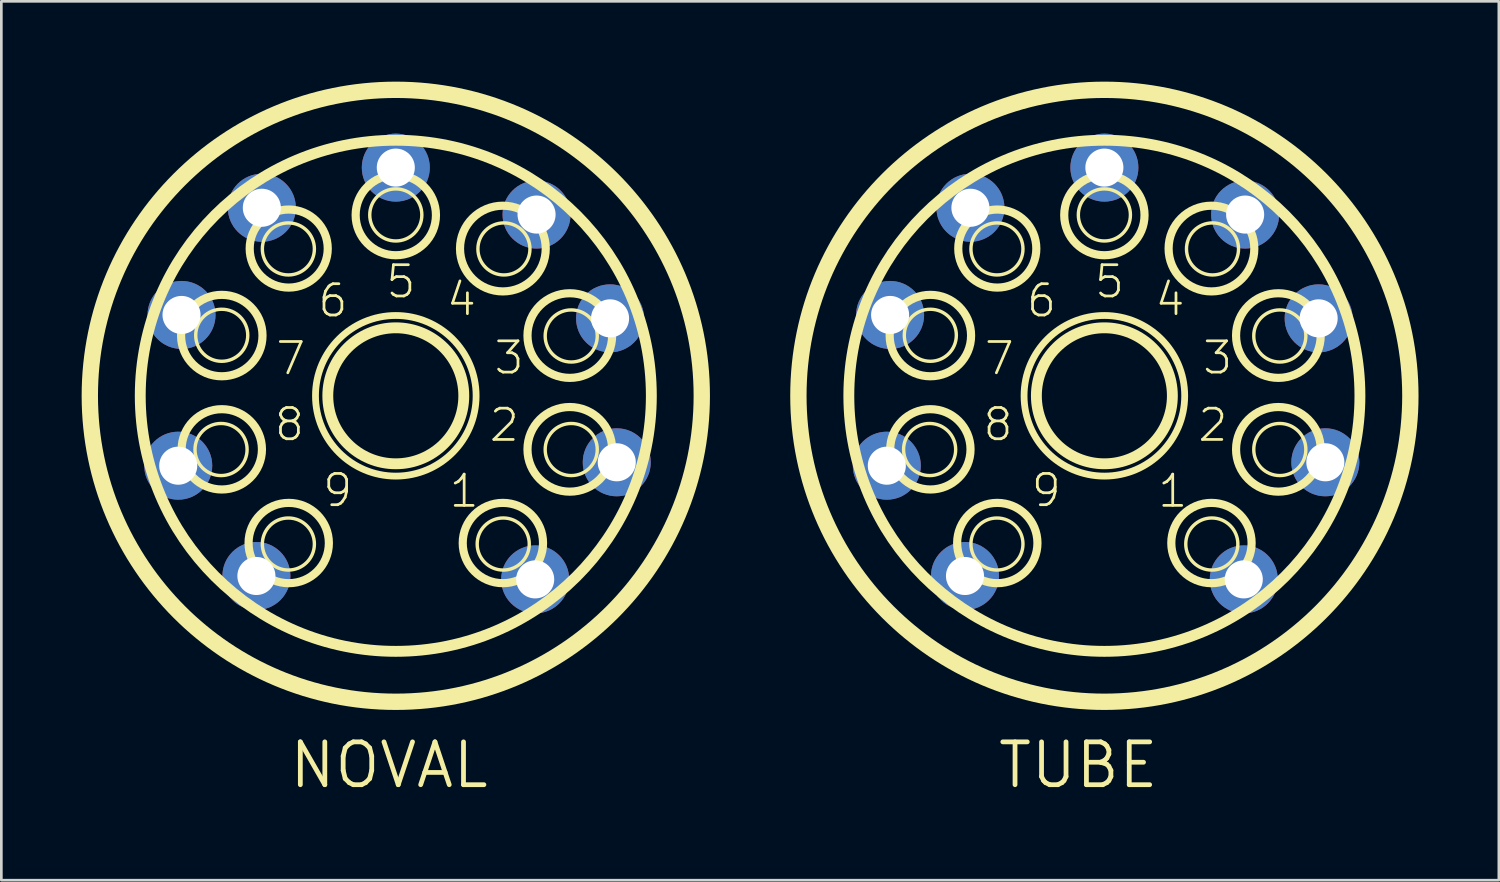
<source format=kicad_pcb>
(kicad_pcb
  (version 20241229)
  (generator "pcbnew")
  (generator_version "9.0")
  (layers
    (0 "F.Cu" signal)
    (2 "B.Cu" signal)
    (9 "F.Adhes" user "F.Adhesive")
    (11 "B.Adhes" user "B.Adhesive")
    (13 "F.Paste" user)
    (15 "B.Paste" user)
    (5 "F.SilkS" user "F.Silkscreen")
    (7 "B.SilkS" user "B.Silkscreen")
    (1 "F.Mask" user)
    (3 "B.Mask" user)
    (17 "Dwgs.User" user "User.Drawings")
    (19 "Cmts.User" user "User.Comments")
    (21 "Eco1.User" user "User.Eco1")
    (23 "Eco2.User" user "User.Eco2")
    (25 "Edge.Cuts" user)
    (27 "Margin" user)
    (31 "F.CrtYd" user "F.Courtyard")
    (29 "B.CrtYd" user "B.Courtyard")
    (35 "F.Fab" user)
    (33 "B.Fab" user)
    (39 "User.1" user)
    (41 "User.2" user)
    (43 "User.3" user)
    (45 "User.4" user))
  (footprint "TUBE"
    (layer "F.Cu")
    (at 38.204 11.735)
    (property "Reference" "TUBE" (at -4.064 14.732 0) (layer "F.SilkS") (effects (font (size 1.6 1.6) (thickness 0.178)) (justify left bottom)))
    (fp_circle (center -6.528 2.007) (end -5.555 2.007) (stroke (width 0.127) (type solid)) (fill no) (layer "F.SilkS"))
    (fp_circle (center -6.502 -2.261) (end -5.53 -2.261) (stroke (width 0.127) (type solid)) (fill no) (layer "F.SilkS"))
    (fp_circle (center -6.5 -2.25) (end -4.979 -2.25) (stroke (width 0.305) (type solid)) (fill no) (layer "F.SilkS"))
    (fp_circle (center -6.5 2) (end -5 2) (stroke (width 0.305) (type solid)) (fill no) (layer "F.SilkS"))
    (fp_circle (center -4.013 -5.486) (end -3.041 -5.486) (stroke (width 0.127) (type solid)) (fill no) (layer "F.SilkS"))
    (fp_circle (center -4.013 5.537) (end -3.041 5.537) (stroke (width 0.127) (type solid)) (fill no) (layer "F.SilkS"))
    (fp_circle (center -4 -5.5) (end -2.542 -5.5) (stroke (width 0.305) (type solid)) (fill no) (layer "F.SilkS"))
    (fp_circle (center -4 5.5) (end -2.5 5.5) (stroke (width 0.305) (type solid)) (fill no) (layer "F.SilkS"))
    (fp_circle (center 0 -6.756) (end 0.973 -6.756) (stroke (width 0.127) (type solid)) (fill no) (layer "F.SilkS"))
    (fp_circle (center 0 -6.75) (end 1.5 -6.75) (stroke (width 0.305) (type solid)) (fill no) (layer "F.SilkS"))
    (fp_circle (center 0 0) (end 2.54 0) (stroke (width 0.406) (type solid)) (fill no) (layer "F.SilkS"))
    (fp_circle (center 0 0) (end 3 0) (stroke (width 0.254) (type solid)) (fill no) (layer "F.SilkS"))
    (fp_circle (center 0 0) (end 9.546 0) (stroke (width 0.406) (type solid)) (fill no) (layer "F.SilkS"))
    (fp_circle (center 0 0) (end 11.43 0) (stroke (width 0.61) (type solid)) (fill no) (layer "F.SilkS"))
    (fp_circle (center 4 -5.5) (end 5.601 -5.5) (stroke (width 0.305) (type solid)) (fill no) (layer "F.SilkS"))
    (fp_circle (center 4 5.5) (end 5.5 5.5) (stroke (width 0.305) (type solid)) (fill no) (layer "F.SilkS"))
    (fp_circle (center 4.013 5.537) (end 4.986 5.537) (stroke (width 0.127) (type solid)) (fill no) (layer "F.SilkS"))
    (fp_circle (center 4.039 -5.486) (end 5.011 -5.486) (stroke (width 0.127) (type solid)) (fill no) (layer "F.SilkS"))
    (fp_circle (center 6.5 -2.25) (end 8.081 -2.25) (stroke (width 0.305) (type solid)) (fill no) (layer "F.SilkS"))
    (fp_circle (center 6.5 2) (end 8.081 2) (stroke (width 0.305) (type solid)) (fill no) (layer "F.SilkS"))
    (fp_circle (center 6.553 -2.235) (end 7.526 -2.235) (stroke (width 0.127) (type solid)) (fill no) (layer "F.SilkS"))
    (fp_circle (center 6.553 2.007) (end 7.526 2.007) (stroke (width 0.127) (type solid)) (fill no) (layer "F.SilkS"))
    (fp_text user "7" (at -4.547 -0.711 0) (layer "F.SilkS") (effects (font (size 1.168 1.168) (thickness 0.102)) (justify left bottom)))
    (fp_text user "1" (at 1.93 4.242 0) (layer "F.SilkS") (effects (font (size 1.168 1.168) (thickness 0.102)) (justify left bottom)))
    (fp_text user "8" (at -4.597 1.753 0) (layer "F.SilkS") (effects (font (size 1.168 1.168) (thickness 0.102)) (justify left bottom)))
    (fp_text user "9" (at -2.794 4.216 0) (layer "F.SilkS") (effects (font (size 1.168 1.168) (thickness 0.102)) (justify left bottom)))
    (fp_text user "5" (at -0.432 -3.581 0) (layer "F.SilkS") (effects (font (size 1.168 1.168) (thickness 0.102)) (justify left bottom)))
    (fp_text user "2" (at 3.429 1.778 0) (layer "F.SilkS") (effects (font (size 1.168 1.168) (thickness 0.102)) (justify left bottom)))
    (fp_text user "3" (at 3.607 -0.737 0) (layer "F.SilkS") (effects (font (size 1.168 1.168) (thickness 0.102)) (justify left bottom)))
    (fp_text user "6" (at -2.972 -2.87 0) (layer "F.SilkS") (effects (font (size 1.168 1.168) (thickness 0.102)) (justify left bottom)))
    (fp_text user "4" (at 1.829 -2.921 0) (layer "F.SilkS") (effects (font (size 1.168 1.168) (thickness 0.102)) (justify left bottom)))
    (pad "1" thru_hole circle (at 5.207 6.858) (size 2.54 2.54) (drill 1.422) (layers "*.Cu" "*.Mask"))
    (pad "2" thru_hole circle (at 8.254 2.484) (size 2.54 2.54) (drill 1.422) (layers "*.Cu" "*.Mask"))
    (pad "3" thru_hole circle (at 8.004 -2.893) (size 2.54 2.54) (drill 1.422) (layers "*.Cu" "*.Mask"))
    (pad "4" thru_hole circle (at 5.258 -6.77) (size 2.54 2.54) (drill 1.422) (layers "*.Cu" "*.Mask"))
    (pad "5" thru_hole circle (at 0 -8.524) (size 2.54 2.54) (drill 1.422) (layers "*.Cu" "*.Mask"))
    (pad "6" thru_hole circle (at -5.004 -7.024) (size 2.54 2.54) (drill 1.422) (layers "*.Cu" "*.Mask"))
    (pad "7" thru_hole circle (at -8.004 -3.02) (size 2.54 2.54) (drill 1.422) (layers "*.Cu" "*.Mask"))
    (pad "8" thru_hole circle (at -8.127 2.611) (size 2.54 2.54) (drill 1.422) (layers "*.Cu" "*.Mask"))
    (pad "9" thru_hole circle (at -5.207 6.731) (size 2.54 2.54) (drill 1.422) (layers "*.Cu" "*.Mask")))
  (footprint "NOVAL"
    (layer "F.Cu")
    (at 11.735 11.735)
    (property "Reference" "NOVAL" (at -4.064 14.732 0) (layer "F.SilkS") (effects (font (size 1.6 1.6) (thickness 0.178)) (justify left bottom)))
    (fp_circle (center -6.528 2.007) (end -5.555 2.007) (stroke (width 0.127) (type solid)) (fill no) (layer "F.SilkS"))
    (fp_circle (center -6.502 -2.261) (end -5.53 -2.261) (stroke (width 0.127) (type solid)) (fill no) (layer "F.SilkS"))
    (fp_circle (center -6.5 -2.25) (end -4.979 -2.25) (stroke (width 0.305) (type solid)) (fill no) (layer "F.SilkS"))
    (fp_circle (center -6.5 2) (end -5 2) (stroke (width 0.305) (type solid)) (fill no) (layer "F.SilkS"))
    (fp_circle (center -4.013 -5.486) (end -3.041 -5.486) (stroke (width 0.127) (type solid)) (fill no) (layer "F.SilkS"))
    (fp_circle (center -4.013 5.537) (end -3.041 5.537) (stroke (width 0.127) (type solid)) (fill no) (layer "F.SilkS"))
    (fp_circle (center -4 -5.5) (end -2.542 -5.5) (stroke (width 0.305) (type solid)) (fill no) (layer "F.SilkS"))
    (fp_circle (center -4 5.5) (end -2.5 5.5) (stroke (width 0.305) (type solid)) (fill no) (layer "F.SilkS"))
    (fp_circle (center 0 -6.756) (end 0.973 -6.756) (stroke (width 0.127) (type solid)) (fill no) (layer "F.SilkS"))
    (fp_circle (center 0 -6.75) (end 1.5 -6.75) (stroke (width 0.305) (type solid)) (fill no) (layer "F.SilkS"))
    (fp_circle (center 0 0) (end 2.54 0) (stroke (width 0.406) (type solid)) (fill no) (layer "F.SilkS"))
    (fp_circle (center 0 0) (end 3 0) (stroke (width 0.254) (type solid)) (fill no) (layer "F.SilkS"))
    (fp_circle (center 0 0) (end 9.546 0) (stroke (width 0.406) (type solid)) (fill no) (layer "F.SilkS"))
    (fp_circle (center 0 0) (end 11.43 0) (stroke (width 0.61) (type solid)) (fill no) (layer "F.SilkS"))
    (fp_circle (center 4 -5.5) (end 5.601 -5.5) (stroke (width 0.305) (type solid)) (fill no) (layer "F.SilkS"))
    (fp_circle (center 4 5.5) (end 5.5 5.5) (stroke (width 0.305) (type solid)) (fill no) (layer "F.SilkS"))
    (fp_circle (center 4.013 5.537) (end 4.986 5.537) (stroke (width 0.127) (type solid)) (fill no) (layer "F.SilkS"))
    (fp_circle (center 4.039 -5.486) (end 5.011 -5.486) (stroke (width 0.127) (type solid)) (fill no) (layer "F.SilkS"))
    (fp_circle (center 6.5 -2.25) (end 8.081 -2.25) (stroke (width 0.305) (type solid)) (fill no) (layer "F.SilkS"))
    (fp_circle (center 6.5 2) (end 8.081 2) (stroke (width 0.305) (type solid)) (fill no) (layer "F.SilkS"))
    (fp_circle (center 6.553 -2.235) (end 7.526 -2.235) (stroke (width 0.127) (type solid)) (fill no) (layer "F.SilkS"))
    (fp_circle (center 6.553 2.007) (end 7.526 2.007) (stroke (width 0.127) (type solid)) (fill no) (layer "F.SilkS"))
    (fp_text user "7" (at -4.547 -0.711 0) (layer "F.SilkS") (effects (font (size 1.168 1.168) (thickness 0.102)) (justify left bottom)))
    (fp_text user "1" (at 1.93 4.242 0) (layer "F.SilkS") (effects (font (size 1.168 1.168) (thickness 0.102)) (justify left bottom)))
    (fp_text user "4" (at 1.829 -2.921 0) (layer "F.SilkS") (effects (font (size 1.168 1.168) (thickness 0.102)) (justify left bottom)))
    (fp_text user "8" (at -4.597 1.753 0) (layer "F.SilkS") (effects (font (size 1.168 1.168) (thickness 0.102)) (justify left bottom)))
    (fp_text user "3" (at 3.607 -0.737 0) (layer "F.SilkS") (effects (font (size 1.168 1.168) (thickness 0.102)) (justify left bottom)))
    (fp_text user "9" (at -2.794 4.216 0) (layer "F.SilkS") (effects (font (size 1.168 1.168) (thickness 0.102)) (justify left bottom)))
    (fp_text user "6" (at -2.972 -2.87 0) (layer "F.SilkS") (effects (font (size 1.168 1.168) (thickness 0.102)) (justify left bottom)))
    (fp_text user "2" (at 3.429 1.778 0) (layer "F.SilkS") (effects (font (size 1.168 1.168) (thickness 0.102)) (justify left bottom)))
    (fp_text user "5" (at -0.432 -3.581 0) (layer "F.SilkS") (effects (font (size 1.168 1.168) (thickness 0.102)) (justify left bottom)))
    (pad "1" thru_hole circle (at 5.207 6.858) (size 2.54 2.54) (drill 1.422) (layers "*.Cu" "*.Mask"))
    (pad "2" thru_hole circle (at 8.254 2.484) (size 2.54 2.54) (drill 1.422) (layers "*.Cu" "*.Mask"))
    (pad "3" thru_hole circle (at 8.004 -2.893) (size 2.54 2.54) (drill 1.422) (layers "*.Cu" "*.Mask"))
    (pad "4" thru_hole circle (at 5.258 -6.77) (size 2.54 2.54) (drill 1.422) (layers "*.Cu" "*.Mask"))
    (pad "5" thru_hole circle (at 0 -8.524) (size 2.54 2.54) (drill 1.422) (layers "*.Cu" "*.Mask"))
    (pad "6" thru_hole circle (at -5.004 -7.024) (size 2.54 2.54) (drill 1.422) (layers "*.Cu" "*.Mask"))
    (pad "7" thru_hole circle (at -8.004 -3.02) (size 2.54 2.54) (drill 1.422) (layers "*.Cu" "*.Mask"))
    (pad "8" thru_hole circle (at -8.127 2.611) (size 2.54 2.54) (drill 1.422) (layers "*.Cu" "*.Mask"))
    (pad "9" thru_hole circle (at -5.207 6.731) (size 2.54 2.54) (drill 1.422) (layers "*.Cu" "*.Mask")))
  (gr_rect
    (start -3 -3)
    (end 52.939 29.83)
    (stroke (width 0.1) (type default))
    (fill no)
    (layer "Edge.Cuts")))
</source>
